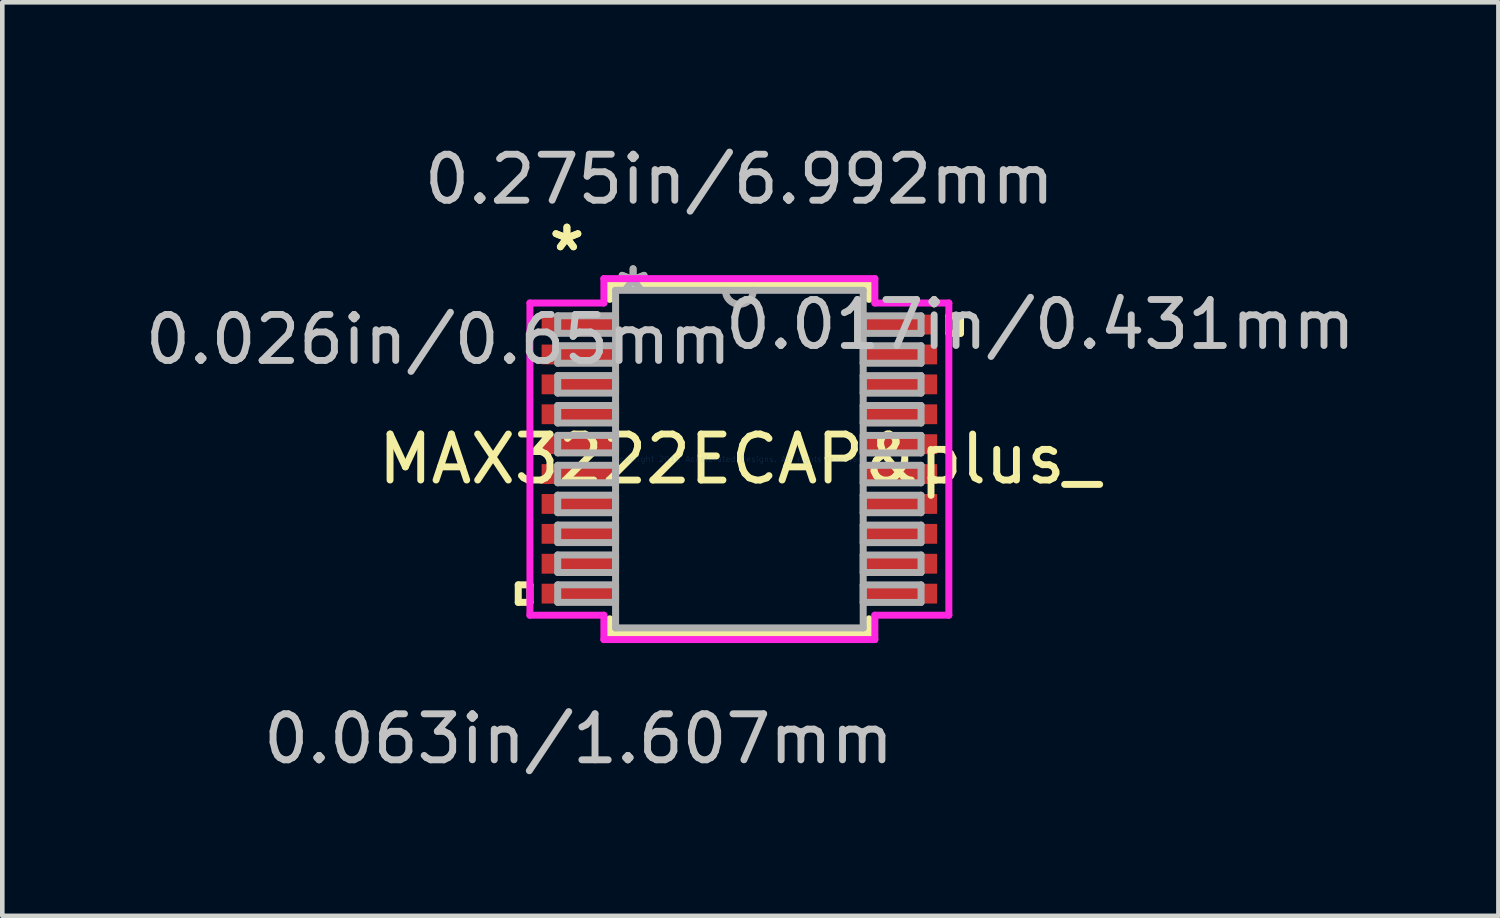
<source format=kicad_pcb>
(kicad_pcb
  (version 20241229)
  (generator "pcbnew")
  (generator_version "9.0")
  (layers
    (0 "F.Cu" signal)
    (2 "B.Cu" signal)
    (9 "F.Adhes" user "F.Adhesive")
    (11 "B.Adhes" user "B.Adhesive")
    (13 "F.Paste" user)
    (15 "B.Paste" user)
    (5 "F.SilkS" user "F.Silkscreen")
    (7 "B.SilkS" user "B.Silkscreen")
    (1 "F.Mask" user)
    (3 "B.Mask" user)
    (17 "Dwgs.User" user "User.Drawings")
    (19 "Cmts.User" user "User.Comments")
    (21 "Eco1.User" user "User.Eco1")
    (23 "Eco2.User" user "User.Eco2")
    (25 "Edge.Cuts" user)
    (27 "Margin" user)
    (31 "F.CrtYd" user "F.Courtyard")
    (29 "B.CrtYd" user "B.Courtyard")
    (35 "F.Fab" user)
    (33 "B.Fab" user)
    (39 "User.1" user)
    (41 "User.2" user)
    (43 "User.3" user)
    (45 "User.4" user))
  (footprint "MAX3222ECAP&plus_"
    (layer "F.Cu")
    (at 13.026 6.932)
    (property "Reference" "MAX3222ECAP&plus_" (at 0 0 0) (layer "F.SilkS") (effects (font (size 1 1) (thickness 0.15))))
    (attr through_hole)
    (fp_line (start -4.808 2.734) (end -4.808 3.115) (stroke (width 0.152) (type solid)) (layer "F.SilkS"))
    (fp_line (start -4.808 3.115) (end -4.554 3.115) (stroke (width 0.152) (type solid)) (layer "F.SilkS"))
    (fp_line (start -4.554 2.734) (end -4.808 2.734) (stroke (width 0.152) (type solid)) (layer "F.SilkS"))
    (fp_line (start -4.554 3.115) (end -4.554 2.734) (stroke (width 0.152) (type solid)) (layer "F.SilkS"))
    (fp_line (start -2.819 -3.797) (end -2.819 -3.473) (stroke (width 0.152) (type solid)) (layer "F.SilkS"))
    (fp_line (start -2.819 3.473) (end -2.819 3.797) (stroke (width 0.152) (type solid)) (layer "F.SilkS"))
    (fp_line (start -2.819 3.797) (end 2.819 3.797) (stroke (width 0.152) (type solid)) (layer "F.SilkS"))
    (fp_line (start 2.819 -3.797) (end -2.819 -3.797) (stroke (width 0.152) (type solid)) (layer "F.SilkS"))
    (fp_line (start 2.819 -3.473) (end 2.819 -3.797) (stroke (width 0.152) (type solid)) (layer "F.SilkS"))
    (fp_line (start 2.819 3.797) (end 2.819 3.473) (stroke (width 0.152) (type solid)) (layer "F.SilkS"))
    (fp_line (start 4.554 -3.115) (end 4.808 -3.115) (stroke (width 0.152) (type solid)) (layer "F.SilkS"))
    (fp_line (start 4.554 -2.734) (end 4.554 -3.115) (stroke (width 0.152) (type solid)) (layer "F.SilkS"))
    (fp_line (start 4.808 -3.115) (end 4.808 -2.734) (stroke (width 0.152) (type solid)) (layer "F.SilkS"))
    (fp_line (start 4.808 -2.734) (end 4.554 -2.734) (stroke (width 0.152) (type solid)) (layer "F.SilkS"))
    (fp_line (start -4.554 -3.394) (end -2.946 -3.394) (stroke (width 0.152) (type solid)) (layer "F.CrtYd"))
    (fp_line (start -4.554 3.394) (end -4.554 -3.394) (stroke (width 0.152) (type solid)) (layer "F.CrtYd"))
    (fp_line (start -2.946 -3.924) (end 2.946 -3.924) (stroke (width 0.152) (type solid)) (layer "F.CrtYd"))
    (fp_line (start -2.946 -3.394) (end -2.946 -3.924) (stroke (width 0.152) (type solid)) (layer "F.CrtYd"))
    (fp_line (start -2.946 3.394) (end -4.554 3.394) (stroke (width 0.152) (type solid)) (layer "F.CrtYd"))
    (fp_line (start -2.946 3.924) (end -2.946 3.394) (stroke (width 0.152) (type solid)) (layer "F.CrtYd"))
    (fp_line (start 2.946 -3.924) (end 2.946 -3.394) (stroke (width 0.152) (type solid)) (layer "F.CrtYd"))
    (fp_line (start 2.946 -3.394) (end 4.554 -3.394) (stroke (width 0.152) (type solid)) (layer "F.CrtYd"))
    (fp_line (start 2.946 3.394) (end 2.946 3.924) (stroke (width 0.152) (type solid)) (layer "F.CrtYd"))
    (fp_line (start 2.946 3.924) (end -2.946 3.924) (stroke (width 0.152) (type solid)) (layer "F.CrtYd"))
    (fp_line (start 4.554 -3.394) (end 4.554 3.394) (stroke (width 0.152) (type solid)) (layer "F.CrtYd"))
    (fp_line (start 4.554 3.394) (end 2.946 3.394) (stroke (width 0.152) (type solid)) (layer "F.CrtYd"))
    (fp_line (start -3.95 -3.116) (end -3.95 -2.735) (stroke (width 0.152) (type solid)) (layer "F.Fab"))
    (fp_line (start -3.95 -2.735) (end -2.692 -2.735) (stroke (width 0.152) (type solid)) (layer "F.Fab"))
    (fp_line (start -3.95 -2.466) (end -3.95 -2.084) (stroke (width 0.152) (type solid)) (layer "F.Fab"))
    (fp_line (start -3.95 -2.084) (end -2.692 -2.084) (stroke (width 0.152) (type solid)) (layer "F.Fab"))
    (fp_line (start -3.95 -1.816) (end -3.95 -1.435) (stroke (width 0.152) (type solid)) (layer "F.Fab"))
    (fp_line (start -3.95 -1.435) (end -2.692 -1.435) (stroke (width 0.152) (type solid)) (layer "F.Fab"))
    (fp_line (start -3.95 -1.166) (end -3.95 -0.785) (stroke (width 0.152) (type solid)) (layer "F.Fab"))
    (fp_line (start -3.95 -0.785) (end -2.692 -0.785) (stroke (width 0.152) (type solid)) (layer "F.Fab"))
    (fp_line (start -3.95 -0.516) (end -3.95 -0.135) (stroke (width 0.152) (type solid)) (layer "F.Fab"))
    (fp_line (start -3.95 -0.135) (end -2.692 -0.135) (stroke (width 0.152) (type solid)) (layer "F.Fab"))
    (fp_line (start -3.95 0.134) (end -3.95 0.515) (stroke (width 0.152) (type solid)) (layer "F.Fab"))
    (fp_line (start -3.95 0.515) (end -2.692 0.515) (stroke (width 0.152) (type solid)) (layer "F.Fab"))
    (fp_line (start -3.95 0.784) (end -3.95 1.165) (stroke (width 0.152) (type solid)) (layer "F.Fab"))
    (fp_line (start -3.95 1.165) (end -2.692 1.165) (stroke (width 0.152) (type solid)) (layer "F.Fab"))
    (fp_line (start -3.95 1.434) (end -3.95 1.815) (stroke (width 0.152) (type solid)) (layer "F.Fab"))
    (fp_line (start -3.95 1.815) (end -2.692 1.815) (stroke (width 0.152) (type solid)) (layer "F.Fab"))
    (fp_line (start -3.95 2.084) (end -3.95 2.465) (stroke (width 0.152) (type solid)) (layer "F.Fab"))
    (fp_line (start -3.95 2.465) (end -2.692 2.465) (stroke (width 0.152) (type solid)) (layer "F.Fab"))
    (fp_line (start -3.95 2.734) (end -3.95 3.115) (stroke (width 0.152) (type solid)) (layer "F.Fab"))
    (fp_line (start -3.95 3.115) (end -2.692 3.115) (stroke (width 0.152) (type solid)) (layer "F.Fab"))
    (fp_line (start -2.692 -3.67) (end -2.692 3.67) (stroke (width 0.152) (type solid)) (layer "F.Fab"))
    (fp_line (start -2.692 -3.116) (end -3.95 -3.116) (stroke (width 0.152) (type solid)) (layer "F.Fab"))
    (fp_line (start -2.692 -2.735) (end -2.692 -3.116) (stroke (width 0.152) (type solid)) (layer "F.Fab"))
    (fp_line (start -2.692 -2.466) (end -3.95 -2.466) (stroke (width 0.152) (type solid)) (layer "F.Fab"))
    (fp_line (start -2.692 -2.084) (end -2.692 -2.466) (stroke (width 0.152) (type solid)) (layer "F.Fab"))
    (fp_line (start -2.692 -1.816) (end -3.95 -1.816) (stroke (width 0.152) (type solid)) (layer "F.Fab"))
    (fp_line (start -2.692 -1.435) (end -2.692 -1.816) (stroke (width 0.152) (type solid)) (layer "F.Fab"))
    (fp_line (start -2.692 -1.166) (end -3.95 -1.166) (stroke (width 0.152) (type solid)) (layer "F.Fab"))
    (fp_line (start -2.692 -0.785) (end -2.692 -1.166) (stroke (width 0.152) (type solid)) (layer "F.Fab"))
    (fp_line (start -2.692 -0.516) (end -3.95 -0.516) (stroke (width 0.152) (type solid)) (layer "F.Fab"))
    (fp_line (start -2.692 -0.135) (end -2.692 -0.516) (stroke (width 0.152) (type solid)) (layer "F.Fab"))
    (fp_line (start -2.692 0.134) (end -3.95 0.134) (stroke (width 0.152) (type solid)) (layer "F.Fab"))
    (fp_line (start -2.692 0.515) (end -2.692 0.134) (stroke (width 0.152) (type solid)) (layer "F.Fab"))
    (fp_line (start -2.692 0.784) (end -3.95 0.784) (stroke (width 0.152) (type solid)) (layer "F.Fab"))
    (fp_line (start -2.692 1.165) (end -2.692 0.784) (stroke (width 0.152) (type solid)) (layer "F.Fab"))
    (fp_line (start -2.692 1.434) (end -3.95 1.434) (stroke (width 0.152) (type solid)) (layer "F.Fab"))
    (fp_line (start -2.692 1.815) (end -2.692 1.434) (stroke (width 0.152) (type solid)) (layer "F.Fab"))
    (fp_line (start -2.692 2.084) (end -3.95 2.084) (stroke (width 0.152) (type solid)) (layer "F.Fab"))
    (fp_line (start -2.692 2.465) (end -2.692 2.084) (stroke (width 0.152) (type solid)) (layer "F.Fab"))
    (fp_line (start -2.692 2.734) (end -3.95 2.734) (stroke (width 0.152) (type solid)) (layer "F.Fab"))
    (fp_line (start -2.692 3.115) (end -2.692 2.734) (stroke (width 0.152) (type solid)) (layer "F.Fab"))
    (fp_line (start -2.692 3.67) (end 2.692 3.67) (stroke (width 0.152) (type solid)) (layer "F.Fab"))
    (fp_line (start 2.692 -3.67) (end -2.692 -3.67) (stroke (width 0.152) (type solid)) (layer "F.Fab"))
    (fp_line (start 2.692 -3.115) (end 2.692 -2.734) (stroke (width 0.152) (type solid)) (layer "F.Fab"))
    (fp_line (start 2.692 -2.734) (end 3.95 -2.734) (stroke (width 0.152) (type solid)) (layer "F.Fab"))
    (fp_line (start 2.692 -2.465) (end 2.692 -2.084) (stroke (width 0.152) (type solid)) (layer "F.Fab"))
    (fp_line (start 2.692 -2.084) (end 3.95 -2.084) (stroke (width 0.152) (type solid)) (layer "F.Fab"))
    (fp_line (start 2.692 -1.815) (end 2.692 -1.434) (stroke (width 0.152) (type solid)) (layer "F.Fab"))
    (fp_line (start 2.692 -1.434) (end 3.95 -1.434) (stroke (width 0.152) (type solid)) (layer "F.Fab"))
    (fp_line (start 2.692 -1.165) (end 2.692 -0.784) (stroke (width 0.152) (type solid)) (layer "F.Fab"))
    (fp_line (start 2.692 -0.784) (end 3.95 -0.784) (stroke (width 0.152) (type solid)) (layer "F.Fab"))
    (fp_line (start 2.692 -0.515) (end 2.692 -0.134) (stroke (width 0.152) (type solid)) (layer "F.Fab"))
    (fp_line (start 2.692 -0.134) (end 3.95 -0.134) (stroke (width 0.152) (type solid)) (layer "F.Fab"))
    (fp_line (start 2.692 0.135) (end 2.692 0.516) (stroke (width 0.152) (type solid)) (layer "F.Fab"))
    (fp_line (start 2.692 0.516) (end 3.95 0.516) (stroke (width 0.152) (type solid)) (layer "F.Fab"))
    (fp_line (start 2.692 0.785) (end 2.692 1.166) (stroke (width 0.152) (type solid)) (layer "F.Fab"))
    (fp_line (start 2.692 1.166) (end 3.95 1.166) (stroke (width 0.152) (type solid)) (layer "F.Fab"))
    (fp_line (start 2.692 1.435) (end 2.692 1.816) (stroke (width 0.152) (type solid)) (layer "F.Fab"))
    (fp_line (start 2.692 1.816) (end 3.95 1.816) (stroke (width 0.152) (type solid)) (layer "F.Fab"))
    (fp_line (start 2.692 2.085) (end 2.692 2.466) (stroke (width 0.152) (type solid)) (layer "F.Fab"))
    (fp_line (start 2.692 2.466) (end 3.95 2.466) (stroke (width 0.152) (type solid)) (layer "F.Fab"))
    (fp_line (start 2.692 2.735) (end 2.692 3.116) (stroke (width 0.152) (type solid)) (layer "F.Fab"))
    (fp_line (start 2.692 3.116) (end 3.95 3.116) (stroke (width 0.152) (type solid)) (layer "F.Fab"))
    (fp_line (start 2.692 3.67) (end 2.692 -3.67) (stroke (width 0.152) (type solid)) (layer "F.Fab"))
    (fp_line (start 3.95 -3.115) (end 2.692 -3.115) (stroke (width 0.152) (type solid)) (layer "F.Fab"))
    (fp_line (start 3.95 -2.734) (end 3.95 -3.115) (stroke (width 0.152) (type solid)) (layer "F.Fab"))
    (fp_line (start 3.95 -2.465) (end 2.692 -2.465) (stroke (width 0.152) (type solid)) (layer "F.Fab"))
    (fp_line (start 3.95 -2.084) (end 3.95 -2.465) (stroke (width 0.152) (type solid)) (layer "F.Fab"))
    (fp_line (start 3.95 -1.815) (end 2.692 -1.815) (stroke (width 0.152) (type solid)) (layer "F.Fab"))
    (fp_line (start 3.95 -1.434) (end 3.95 -1.815) (stroke (width 0.152) (type solid)) (layer "F.Fab"))
    (fp_line (start 3.95 -1.165) (end 2.692 -1.165) (stroke (width 0.152) (type solid)) (layer "F.Fab"))
    (fp_line (start 3.95 -0.784) (end 3.95 -1.165) (stroke (width 0.152) (type solid)) (layer "F.Fab"))
    (fp_line (start 3.95 -0.515) (end 2.692 -0.515) (stroke (width 0.152) (type solid)) (layer "F.Fab"))
    (fp_line (start 3.95 -0.134) (end 3.95 -0.515) (stroke (width 0.152) (type solid)) (layer "F.Fab"))
    (fp_line (start 3.95 0.135) (end 2.692 0.135) (stroke (width 0.152) (type solid)) (layer "F.Fab"))
    (fp_line (start 3.95 0.516) (end 3.95 0.135) (stroke (width 0.152) (type solid)) (layer "F.Fab"))
    (fp_line (start 3.95 0.785) (end 2.692 0.785) (stroke (width 0.152) (type solid)) (layer "F.Fab"))
    (fp_line (start 3.95 1.166) (end 3.95 0.785) (stroke (width 0.152) (type solid)) (layer "F.Fab"))
    (fp_line (start 3.95 1.435) (end 2.692 1.435) (stroke (width 0.152) (type solid)) (layer "F.Fab"))
    (fp_line (start 3.95 1.816) (end 3.95 1.435) (stroke (width 0.152) (type solid)) (layer "F.Fab"))
    (fp_line (start 3.95 2.085) (end 2.692 2.085) (stroke (width 0.152) (type solid)) (layer "F.Fab"))
    (fp_line (start 3.95 2.466) (end 3.95 2.085) (stroke (width 0.152) (type solid)) (layer "F.Fab"))
    (fp_line (start 3.95 2.735) (end 2.692 2.735) (stroke (width 0.152) (type solid)) (layer "F.Fab"))
    (fp_line (start 3.95 3.116) (end 3.95 2.735) (stroke (width 0.152) (type solid)) (layer "F.Fab"))
    (fp_arc (start 0.3048 -3.6703) (mid 0 -3.3655) (end -0.3048 -3.6703) (stroke (width 0.1524) (type solid)) (layer "F.Fab"))
    (fp_text user "*" (at -3.75 -4.499 0) (layer "F.SilkS") (effects (font (size 1 1) (thickness 0.15))))
    (fp_text user "*" (at -3.75 -4.499 0) (layer "F.SilkS") (effects (font (size 1 1) (thickness 0.15))))
    (fp_text user "0.063in/1.607mm" (at -3.496 6.083 0) (layer "Dwgs.User") (effects (font (size 1 1) (thickness 0.15))))
    (fp_text user "0.017in/0.431mm" (at 6.544 -2.925 0) (layer "Dwgs.User") (effects (font (size 1 1) (thickness 0.15))))
    (fp_text user "0.026in/0.65mm" (at -6.544 -2.6 0) (layer "Dwgs.User") (effects (font (size 1 1) (thickness 0.15))))
    (fp_text user "0.275in/6.992mm" (at 0 -6.083 0) (layer "Dwgs.User") (effects (font (size 1 1) (thickness 0.15))))
    (fp_text user "Copyright 2016 Accelerated Designs. All rights reserved." (at 0 0 0) (layer "Cmts.User") (effects (font (size 0.127 0.127) (thickness 0.002))))
    (fp_text user "*" (at -2.311 -3.594 0) (layer "F.Fab") (effects (font (size 1 1) (thickness 0.15))))
    (fp_text user "*" (at -2.311 -3.594 0) (layer "F.Fab") (effects (font (size 1 1) (thickness 0.15))))
    (pad "1" smd rect (at -3.496 -2.925) (size 1.607 0.431) (layers "F.Cu" "F.Mask" "F.Paste"))
    (pad "2" smd rect (at -3.496 -2.275) (size 1.607 0.431) (layers "F.Cu" "F.Mask" "F.Paste"))
    (pad "3" smd rect (at -3.496 -1.625) (size 1.607 0.431) (layers "F.Cu" "F.Mask" "F.Paste"))
    (pad "4" smd rect (at -3.496 -0.975) (size 1.607 0.431) (layers "F.Cu" "F.Mask" "F.Paste"))
    (pad "5" smd rect (at -3.496 -0.325) (size 1.607 0.431) (layers "F.Cu" "F.Mask" "F.Paste"))
    (pad "6" smd rect (at -3.496 0.325) (size 1.607 0.431) (layers "F.Cu" "F.Mask" "F.Paste"))
    (pad "7" smd rect (at -3.496 0.975) (size 1.607 0.431) (layers "F.Cu" "F.Mask" "F.Paste"))
    (pad "8" smd rect (at -3.496 1.625) (size 1.607 0.431) (layers "F.Cu" "F.Mask" "F.Paste"))
    (pad "9" smd rect (at -3.496 2.275) (size 1.607 0.431) (layers "F.Cu" "F.Mask" "F.Paste"))
    (pad "10" smd rect (at -3.496 2.925) (size 1.607 0.431) (layers "F.Cu" "F.Mask" "F.Paste"))
    (pad "11" smd rect (at 3.496 2.925) (size 1.607 0.431) (layers "F.Cu" "F.Mask" "F.Paste"))
    (pad "12" smd rect (at 3.496 2.275) (size 1.607 0.431) (layers "F.Cu" "F.Mask" "F.Paste"))
    (pad "13" smd rect (at 3.496 1.625) (size 1.607 0.431) (layers "F.Cu" "F.Mask" "F.Paste"))
    (pad "14" smd rect (at 3.496 0.975) (size 1.607 0.431) (layers "F.Cu" "F.Mask" "F.Paste"))
    (pad "15" smd rect (at 3.496 0.325) (size 1.607 0.431) (layers "F.Cu" "F.Mask" "F.Paste"))
    (pad "16" smd rect (at 3.496 -0.325) (size 1.607 0.431) (layers "F.Cu" "F.Mask" "F.Paste"))
    (pad "17" smd rect (at 3.496 -0.975) (size 1.607 0.431) (layers "F.Cu" "F.Mask" "F.Paste"))
    (pad "18" smd rect (at 3.496 -1.625) (size 1.607 0.431) (layers "F.Cu" "F.Mask" "F.Paste"))
    (pad "19" smd rect (at 3.496 -2.275) (size 1.607 0.431) (layers "F.Cu" "F.Mask" "F.Paste"))
    (pad "20" smd rect (at 3.496 -2.925) (size 1.607 0.431) (layers "F.Cu" "F.Mask" "F.Paste")))
  (gr_rect
    (start -3 -3)
    (end 29.529 16.863)
    (stroke (width 0.1) (type default))
    (fill no)
    (layer "Edge.Cuts")))
</source>
